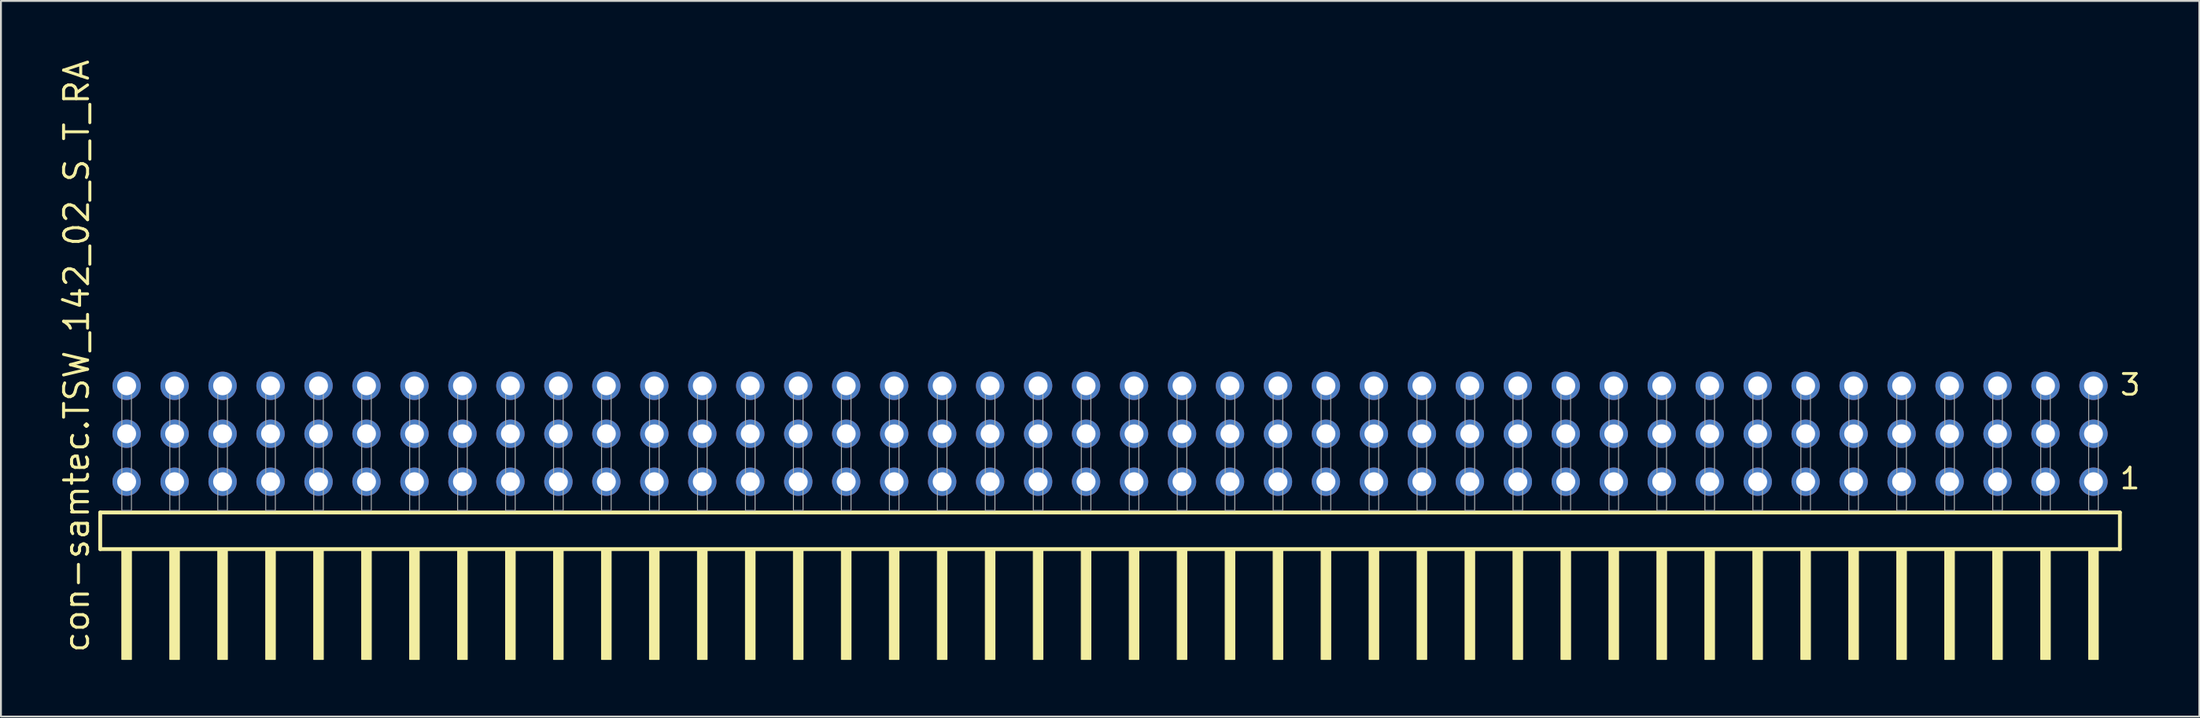
<source format=kicad_pcb>
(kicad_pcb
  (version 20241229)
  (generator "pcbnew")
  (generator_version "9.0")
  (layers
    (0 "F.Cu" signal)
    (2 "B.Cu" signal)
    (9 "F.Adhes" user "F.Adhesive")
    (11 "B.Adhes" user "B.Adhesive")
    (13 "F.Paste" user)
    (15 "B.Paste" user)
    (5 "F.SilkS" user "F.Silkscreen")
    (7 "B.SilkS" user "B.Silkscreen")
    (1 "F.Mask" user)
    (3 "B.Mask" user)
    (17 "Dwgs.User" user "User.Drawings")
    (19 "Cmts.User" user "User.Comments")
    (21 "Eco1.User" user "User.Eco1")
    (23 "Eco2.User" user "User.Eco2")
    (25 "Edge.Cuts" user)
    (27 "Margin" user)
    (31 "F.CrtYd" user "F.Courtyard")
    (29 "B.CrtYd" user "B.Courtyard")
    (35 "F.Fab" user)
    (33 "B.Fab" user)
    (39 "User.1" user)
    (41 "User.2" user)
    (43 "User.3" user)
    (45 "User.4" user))
  (footprint "con-samtec.TSW_142_02_S_T_RA"
    (layer "F.Cu")
    (at 55.725 23.993)
    (property "Reference" "con-samtec.TSW_142_02_S_T_RA" (at -53.975 7.62 90) (layer "F.SilkS") (effects (font (size 1.27 1.27) (thickness 0.16)) (justify left bottom)))
    (attr through_hole)
    (fp_line (start -53.469 0.106) (end -53.469 2.046) (stroke (width 0.203) (type default)) (layer "F.SilkS"))
    (fp_line (start -53.469 2.046) (end 53.469 2.046) (stroke (width 0.203) (type default)) (layer "F.SilkS"))
    (fp_line (start 53.469 0.106) (end -53.469 0.106) (stroke (width 0.203) (type default)) (layer "F.SilkS"))
    (fp_line (start 53.469 2.046) (end 53.469 0.106) (stroke (width 0.203) (type default)) (layer "F.SilkS"))
    (fp_rect (start -52.324 7.89) (end -51.816 2.04) (stroke (width 0.05) (type default)) (fill yes) (layer "F.SilkS"))
    (fp_rect (start -49.784 7.89) (end -49.276 2.04) (stroke (width 0.05) (type default)) (fill yes) (layer "F.SilkS"))
    (fp_rect (start -47.244 7.89) (end -46.736 2.04) (stroke (width 0.05) (type default)) (fill yes) (layer "F.SilkS"))
    (fp_rect (start -44.704 7.89) (end -44.196 2.04) (stroke (width 0.05) (type default)) (fill yes) (layer "F.SilkS"))
    (fp_rect (start -42.164 7.89) (end -41.656 2.04) (stroke (width 0.05) (type default)) (fill yes) (layer "F.SilkS"))
    (fp_rect (start -39.624 7.89) (end -39.116 2.04) (stroke (width 0.05) (type default)) (fill yes) (layer "F.SilkS"))
    (fp_rect (start -37.084 7.89) (end -36.576 2.04) (stroke (width 0.05) (type default)) (fill yes) (layer "F.SilkS"))
    (fp_rect (start -34.544 7.89) (end -34.036 2.04) (stroke (width 0.05) (type default)) (fill yes) (layer "F.SilkS"))
    (fp_rect (start -32.004 7.89) (end -31.496 2.04) (stroke (width 0.05) (type default)) (fill yes) (layer "F.SilkS"))
    (fp_rect (start -29.464 7.89) (end -28.956 2.04) (stroke (width 0.05) (type default)) (fill yes) (layer "F.SilkS"))
    (fp_rect (start -26.924 7.89) (end -26.416 2.04) (stroke (width 0.05) (type default)) (fill yes) (layer "F.SilkS"))
    (fp_rect (start -24.384 7.89) (end -23.876 2.04) (stroke (width 0.05) (type default)) (fill yes) (layer "F.SilkS"))
    (fp_rect (start -21.844 7.89) (end -21.336 2.04) (stroke (width 0.05) (type default)) (fill yes) (layer "F.SilkS"))
    (fp_rect (start -19.304 7.89) (end -18.796 2.04) (stroke (width 0.05) (type default)) (fill yes) (layer "F.SilkS"))
    (fp_rect (start -16.764 7.89) (end -16.256 2.04) (stroke (width 0.05) (type default)) (fill yes) (layer "F.SilkS"))
    (fp_rect (start -14.224 7.89) (end -13.716 2.04) (stroke (width 0.05) (type default)) (fill yes) (layer "F.SilkS"))
    (fp_rect (start -11.684 7.89) (end -11.176 2.04) (stroke (width 0.05) (type default)) (fill yes) (layer "F.SilkS"))
    (fp_rect (start -9.144 7.89) (end -8.636 2.04) (stroke (width 0.05) (type default)) (fill yes) (layer "F.SilkS"))
    (fp_rect (start -6.604 7.89) (end -6.096 2.04) (stroke (width 0.05) (type default)) (fill yes) (layer "F.SilkS"))
    (fp_rect (start -4.064 7.89) (end -3.556 2.04) (stroke (width 0.05) (type default)) (fill yes) (layer "F.SilkS"))
    (fp_rect (start -1.524 7.89) (end -1.016 2.04) (stroke (width 0.05) (type default)) (fill yes) (layer "F.SilkS"))
    (fp_rect (start 1.016 7.89) (end 1.524 2.04) (stroke (width 0.05) (type default)) (fill yes) (layer "F.SilkS"))
    (fp_rect (start 3.556 7.89) (end 4.064 2.04) (stroke (width 0.05) (type default)) (fill yes) (layer "F.SilkS"))
    (fp_rect (start 6.096 7.89) (end 6.604 2.04) (stroke (width 0.05) (type default)) (fill yes) (layer "F.SilkS"))
    (fp_rect (start 8.636 7.89) (end 9.144 2.04) (stroke (width 0.05) (type default)) (fill yes) (layer "F.SilkS"))
    (fp_rect (start 11.176 7.89) (end 11.684 2.04) (stroke (width 0.05) (type default)) (fill yes) (layer "F.SilkS"))
    (fp_rect (start 13.716 7.89) (end 14.224 2.04) (stroke (width 0.05) (type default)) (fill yes) (layer "F.SilkS"))
    (fp_rect (start 16.256 7.89) (end 16.764 2.04) (stroke (width 0.05) (type default)) (fill yes) (layer "F.SilkS"))
    (fp_rect (start 18.796 7.89) (end 19.304 2.04) (stroke (width 0.05) (type default)) (fill yes) (layer "F.SilkS"))
    (fp_rect (start 21.336 7.89) (end 21.844 2.04) (stroke (width 0.05) (type default)) (fill yes) (layer "F.SilkS"))
    (fp_rect (start 23.876 7.89) (end 24.384 2.04) (stroke (width 0.05) (type default)) (fill yes) (layer "F.SilkS"))
    (fp_rect (start 26.416 7.89) (end 26.924 2.04) (stroke (width 0.05) (type default)) (fill yes) (layer "F.SilkS"))
    (fp_rect (start 28.956 7.89) (end 29.464 2.04) (stroke (width 0.05) (type default)) (fill yes) (layer "F.SilkS"))
    (fp_rect (start 31.496 7.89) (end 32.004 2.04) (stroke (width 0.05) (type default)) (fill yes) (layer "F.SilkS"))
    (fp_rect (start 34.036 7.89) (end 34.544 2.04) (stroke (width 0.05) (type default)) (fill yes) (layer "F.SilkS"))
    (fp_rect (start 36.576 7.89) (end 37.084 2.04) (stroke (width 0.05) (type default)) (fill yes) (layer "F.SilkS"))
    (fp_rect (start 39.116 7.89) (end 39.624 2.04) (stroke (width 0.05) (type default)) (fill yes) (layer "F.SilkS"))
    (fp_rect (start 41.656 7.89) (end 42.164 2.04) (stroke (width 0.05) (type default)) (fill yes) (layer "F.SilkS"))
    (fp_rect (start 44.196 7.89) (end 44.704 2.04) (stroke (width 0.05) (type default)) (fill yes) (layer "F.SilkS"))
    (fp_rect (start 46.736 7.89) (end 47.244 2.04) (stroke (width 0.05) (type default)) (fill yes) (layer "F.SilkS"))
    (fp_rect (start 49.276 7.89) (end 49.784 2.04) (stroke (width 0.05) (type default)) (fill yes) (layer "F.SilkS"))
    (fp_rect (start 51.816 7.89) (end 52.324 2.04) (stroke (width 0.05) (type default)) (fill yes) (layer "F.SilkS"))
    (fp_rect (start -52.324 0) (end -51.816 -6.858) (stroke (width 0.05) (type default)) (fill no) (layer "F.Fab"))
    (fp_rect (start -49.784 0) (end -49.276 -6.858) (stroke (width 0.05) (type default)) (fill no) (layer "F.Fab"))
    (fp_rect (start -47.244 0) (end -46.736 -6.858) (stroke (width 0.05) (type default)) (fill no) (layer "F.Fab"))
    (fp_rect (start -44.704 0) (end -44.196 -6.858) (stroke (width 0.05) (type default)) (fill no) (layer "F.Fab"))
    (fp_rect (start -42.164 0) (end -41.656 -6.858) (stroke (width 0.05) (type default)) (fill no) (layer "F.Fab"))
    (fp_rect (start -39.624 0) (end -39.116 -6.858) (stroke (width 0.05) (type default)) (fill no) (layer "F.Fab"))
    (fp_rect (start -37.084 0) (end -36.576 -6.858) (stroke (width 0.05) (type default)) (fill no) (layer "F.Fab"))
    (fp_rect (start -34.544 0) (end -34.036 -6.858) (stroke (width 0.05) (type default)) (fill no) (layer "F.Fab"))
    (fp_rect (start -32.004 0) (end -31.496 -6.858) (stroke (width 0.05) (type default)) (fill no) (layer "F.Fab"))
    (fp_rect (start -29.464 0) (end -28.956 -6.858) (stroke (width 0.05) (type default)) (fill no) (layer "F.Fab"))
    (fp_rect (start -26.924 0) (end -26.416 -6.858) (stroke (width 0.05) (type default)) (fill no) (layer "F.Fab"))
    (fp_rect (start -24.384 0) (end -23.876 -6.858) (stroke (width 0.05) (type default)) (fill no) (layer "F.Fab"))
    (fp_rect (start -21.844 0) (end -21.336 -6.858) (stroke (width 0.05) (type default)) (fill no) (layer "F.Fab"))
    (fp_rect (start -19.304 0) (end -18.796 -6.858) (stroke (width 0.05) (type default)) (fill no) (layer "F.Fab"))
    (fp_rect (start -16.764 0) (end -16.256 -6.858) (stroke (width 0.05) (type default)) (fill no) (layer "F.Fab"))
    (fp_rect (start -14.224 0) (end -13.716 -6.858) (stroke (width 0.05) (type default)) (fill no) (layer "F.Fab"))
    (fp_rect (start -11.684 0) (end -11.176 -6.858) (stroke (width 0.05) (type default)) (fill no) (layer "F.Fab"))
    (fp_rect (start -9.144 0) (end -8.636 -6.858) (stroke (width 0.05) (type default)) (fill no) (layer "F.Fab"))
    (fp_rect (start -6.604 0) (end -6.096 -6.858) (stroke (width 0.05) (type default)) (fill no) (layer "F.Fab"))
    (fp_rect (start -4.064 0) (end -3.556 -6.858) (stroke (width 0.05) (type default)) (fill no) (layer "F.Fab"))
    (fp_rect (start -1.524 0) (end -1.016 -6.858) (stroke (width 0.05) (type default)) (fill no) (layer "F.Fab"))
    (fp_rect (start 1.016 0) (end 1.524 -6.858) (stroke (width 0.05) (type default)) (fill no) (layer "F.Fab"))
    (fp_rect (start 3.556 0) (end 4.064 -6.858) (stroke (width 0.05) (type default)) (fill no) (layer "F.Fab"))
    (fp_rect (start 6.096 0) (end 6.604 -6.858) (stroke (width 0.05) (type default)) (fill no) (layer "F.Fab"))
    (fp_rect (start 8.636 0) (end 9.144 -6.858) (stroke (width 0.05) (type default)) (fill no) (layer "F.Fab"))
    (fp_rect (start 11.176 0) (end 11.684 -6.858) (stroke (width 0.05) (type default)) (fill no) (layer "F.Fab"))
    (fp_rect (start 13.716 0) (end 14.224 -6.858) (stroke (width 0.05) (type default)) (fill no) (layer "F.Fab"))
    (fp_rect (start 16.256 0) (end 16.764 -6.858) (stroke (width 0.05) (type default)) (fill no) (layer "F.Fab"))
    (fp_rect (start 18.796 0) (end 19.304 -6.858) (stroke (width 0.05) (type default)) (fill no) (layer "F.Fab"))
    (fp_rect (start 21.336 0) (end 21.844 -6.858) (stroke (width 0.05) (type default)) (fill no) (layer "F.Fab"))
    (fp_rect (start 23.876 0) (end 24.384 -6.858) (stroke (width 0.05) (type default)) (fill no) (layer "F.Fab"))
    (fp_rect (start 26.416 0) (end 26.924 -6.858) (stroke (width 0.05) (type default)) (fill no) (layer "F.Fab"))
    (fp_rect (start 28.956 0) (end 29.464 -6.858) (stroke (width 0.05) (type default)) (fill no) (layer "F.Fab"))
    (fp_rect (start 31.496 0) (end 32.004 -6.858) (stroke (width 0.05) (type default)) (fill no) (layer "F.Fab"))
    (fp_rect (start 34.036 0) (end 34.544 -6.858) (stroke (width 0.05) (type default)) (fill no) (layer "F.Fab"))
    (fp_rect (start 36.576 0) (end 37.084 -6.858) (stroke (width 0.05) (type default)) (fill no) (layer "F.Fab"))
    (fp_rect (start 39.116 0) (end 39.624 -6.858) (stroke (width 0.05) (type default)) (fill no) (layer "F.Fab"))
    (fp_rect (start 41.656 0) (end 42.164 -6.858) (stroke (width 0.05) (type default)) (fill no) (layer "F.Fab"))
    (fp_rect (start 44.196 0) (end 44.704 -6.858) (stroke (width 0.05) (type default)) (fill no) (layer "F.Fab"))
    (fp_rect (start 46.736 0) (end 47.244 -6.858) (stroke (width 0.05) (type default)) (fill no) (layer "F.Fab"))
    (fp_rect (start 49.276 0) (end 49.784 -6.858) (stroke (width 0.05) (type default)) (fill no) (layer "F.Fab"))
    (fp_rect (start 51.816 0) (end 52.324 -6.858) (stroke (width 0.05) (type default)) (fill no) (layer "F.Fab"))
    (fp_text user "3" (at 53.395 -6.015 0) (layer "F.SilkS") (effects (font (size 1.1 1.1) (thickness 0.15)) (justify left bottom)))
    (fp_text user "1" (at 53.38 -1.05 0) (layer "F.SilkS") (effects (font (size 1.1 1.1) (thickness 0.15)) (justify left bottom)))
    (pad "1" thru_hole circle (at 52.07 -1.524 180) (size 1.5 1.5) (drill 1) (layers "*.Cu" "*.Mask"))
    (pad "2" thru_hole circle (at 52.07 -4.064 180) (size 1.5 1.5) (drill 1) (layers "*.Cu" "*.Mask"))
    (pad "3" thru_hole circle (at 52.07 -6.604 180) (size 1.5 1.5) (drill 1) (layers "*.Cu" "*.Mask"))
    (pad "4" thru_hole circle (at 49.53 -1.524 180) (size 1.5 1.5) (drill 1) (layers "*.Cu" "*.Mask"))
    (pad "5" thru_hole circle (at 49.53 -4.064 180) (size 1.5 1.5) (drill 1) (layers "*.Cu" "*.Mask"))
    (pad "6" thru_hole circle (at 49.53 -6.604 180) (size 1.5 1.5) (drill 1) (layers "*.Cu" "*.Mask"))
    (pad "7" thru_hole circle (at 46.99 -1.524 180) (size 1.5 1.5) (drill 1) (layers "*.Cu" "*.Mask"))
    (pad "8" thru_hole circle (at 46.99 -4.064 180) (size 1.5 1.5) (drill 1) (layers "*.Cu" "*.Mask"))
    (pad "9" thru_hole circle (at 46.99 -6.604 180) (size 1.5 1.5) (drill 1) (layers "*.Cu" "*.Mask"))
    (pad "10" thru_hole circle (at 44.45 -1.524 180) (size 1.5 1.5) (drill 1) (layers "*.Cu" "*.Mask"))
    (pad "11" thru_hole circle (at 44.45 -4.064 180) (size 1.5 1.5) (drill 1) (layers "*.Cu" "*.Mask"))
    (pad "12" thru_hole circle (at 44.45 -6.604 180) (size 1.5 1.5) (drill 1) (layers "*.Cu" "*.Mask"))
    (pad "13" thru_hole circle (at 41.91 -1.524 180) (size 1.5 1.5) (drill 1) (layers "*.Cu" "*.Mask"))
    (pad "14" thru_hole circle (at 41.91 -4.064 180) (size 1.5 1.5) (drill 1) (layers "*.Cu" "*.Mask"))
    (pad "15" thru_hole circle (at 41.91 -6.604 180) (size 1.5 1.5) (drill 1) (layers "*.Cu" "*.Mask"))
    (pad "16" thru_hole circle (at 39.37 -1.524 180) (size 1.5 1.5) (drill 1) (layers "*.Cu" "*.Mask"))
    (pad "17" thru_hole circle (at 39.37 -4.064 180) (size 1.5 1.5) (drill 1) (layers "*.Cu" "*.Mask"))
    (pad "18" thru_hole circle (at 39.37 -6.604 180) (size 1.5 1.5) (drill 1) (layers "*.Cu" "*.Mask"))
    (pad "19" thru_hole circle (at 36.83 -1.524 180) (size 1.5 1.5) (drill 1) (layers "*.Cu" "*.Mask"))
    (pad "20" thru_hole circle (at 36.83 -4.064 180) (size 1.5 1.5) (drill 1) (layers "*.Cu" "*.Mask"))
    (pad "21" thru_hole circle (at 36.83 -6.604 180) (size 1.5 1.5) (drill 1) (layers "*.Cu" "*.Mask"))
    (pad "22" thru_hole circle (at 34.29 -1.524 180) (size 1.5 1.5) (drill 1) (layers "*.Cu" "*.Mask"))
    (pad "23" thru_hole circle (at 34.29 -4.064 180) (size 1.5 1.5) (drill 1) (layers "*.Cu" "*.Mask"))
    (pad "24" thru_hole circle (at 34.29 -6.604 180) (size 1.5 1.5) (drill 1) (layers "*.Cu" "*.Mask"))
    (pad "25" thru_hole circle (at 31.75 -1.524 180) (size 1.5 1.5) (drill 1) (layers "*.Cu" "*.Mask"))
    (pad "26" thru_hole circle (at 31.75 -4.064 180) (size 1.5 1.5) (drill 1) (layers "*.Cu" "*.Mask"))
    (pad "27" thru_hole circle (at 31.75 -6.604 180) (size 1.5 1.5) (drill 1) (layers "*.Cu" "*.Mask"))
    (pad "28" thru_hole circle (at 29.21 -1.524 180) (size 1.5 1.5) (drill 1) (layers "*.Cu" "*.Mask"))
    (pad "29" thru_hole circle (at 29.21 -4.064 180) (size 1.5 1.5) (drill 1) (layers "*.Cu" "*.Mask"))
    (pad "30" thru_hole circle (at 29.21 -6.604 180) (size 1.5 1.5) (drill 1) (layers "*.Cu" "*.Mask"))
    (pad "31" thru_hole circle (at 26.67 -1.524 180) (size 1.5 1.5) (drill 1) (layers "*.Cu" "*.Mask"))
    (pad "32" thru_hole circle (at 26.67 -4.064 180) (size 1.5 1.5) (drill 1) (layers "*.Cu" "*.Mask"))
    (pad "33" thru_hole circle (at 26.67 -6.604 180) (size 1.5 1.5) (drill 1) (layers "*.Cu" "*.Mask"))
    (pad "34" thru_hole circle (at 24.13 -1.524 180) (size 1.5 1.5) (drill 1) (layers "*.Cu" "*.Mask"))
    (pad "35" thru_hole circle (at 24.13 -4.064 180) (size 1.5 1.5) (drill 1) (layers "*.Cu" "*.Mask"))
    (pad "36" thru_hole circle (at 24.13 -6.604 180) (size 1.5 1.5) (drill 1) (layers "*.Cu" "*.Mask"))
    (pad "37" thru_hole circle (at 21.59 -1.524 180) (size 1.5 1.5) (drill 1) (layers "*.Cu" "*.Mask"))
    (pad "38" thru_hole circle (at 21.59 -4.064 180) (size 1.5 1.5) (drill 1) (layers "*.Cu" "*.Mask"))
    (pad "39" thru_hole circle (at 21.59 -6.604 180) (size 1.5 1.5) (drill 1) (layers "*.Cu" "*.Mask"))
    (pad "40" thru_hole circle (at 19.05 -1.524 180) (size 1.5 1.5) (drill 1) (layers "*.Cu" "*.Mask"))
    (pad "41" thru_hole circle (at 19.05 -4.064 180) (size 1.5 1.5) (drill 1) (layers "*.Cu" "*.Mask"))
    (pad "42" thru_hole circle (at 19.05 -6.604 180) (size 1.5 1.5) (drill 1) (layers "*.Cu" "*.Mask"))
    (pad "43" thru_hole circle (at 16.51 -1.524 180) (size 1.5 1.5) (drill 1) (layers "*.Cu" "*.Mask"))
    (pad "44" thru_hole circle (at 16.51 -4.064 180) (size 1.5 1.5) (drill 1) (layers "*.Cu" "*.Mask"))
    (pad "45" thru_hole circle (at 16.51 -6.604 180) (size 1.5 1.5) (drill 1) (layers "*.Cu" "*.Mask"))
    (pad "46" thru_hole circle (at 13.97 -1.524 180) (size 1.5 1.5) (drill 1) (layers "*.Cu" "*.Mask"))
    (pad "47" thru_hole circle (at 13.97 -4.064 180) (size 1.5 1.5) (drill 1) (layers "*.Cu" "*.Mask"))
    (pad "48" thru_hole circle (at 13.97 -6.604 180) (size 1.5 1.5) (drill 1) (layers "*.Cu" "*.Mask"))
    (pad "49" thru_hole circle (at 11.43 -1.524 180) (size 1.5 1.5) (drill 1) (layers "*.Cu" "*.Mask"))
    (pad "50" thru_hole circle (at 11.43 -4.064 180) (size 1.5 1.5) (drill 1) (layers "*.Cu" "*.Mask"))
    (pad "51" thru_hole circle (at 11.43 -6.604 180) (size 1.5 1.5) (drill 1) (layers "*.Cu" "*.Mask"))
    (pad "52" thru_hole circle (at 8.89 -1.524 180) (size 1.5 1.5) (drill 1) (layers "*.Cu" "*.Mask"))
    (pad "53" thru_hole circle (at 8.89 -4.064 180) (size 1.5 1.5) (drill 1) (layers "*.Cu" "*.Mask"))
    (pad "54" thru_hole circle (at 8.89 -6.604 180) (size 1.5 1.5) (drill 1) (layers "*.Cu" "*.Mask"))
    (pad "55" thru_hole circle (at 6.35 -1.524 180) (size 1.5 1.5) (drill 1) (layers "*.Cu" "*.Mask"))
    (pad "56" thru_hole circle (at 6.35 -4.064 180) (size 1.5 1.5) (drill 1) (layers "*.Cu" "*.Mask"))
    (pad "57" thru_hole circle (at 6.35 -6.604 180) (size 1.5 1.5) (drill 1) (layers "*.Cu" "*.Mask"))
    (pad "58" thru_hole circle (at 3.81 -1.524 180) (size 1.5 1.5) (drill 1) (layers "*.Cu" "*.Mask"))
    (pad "59" thru_hole circle (at 3.81 -4.064 180) (size 1.5 1.5) (drill 1) (layers "*.Cu" "*.Mask"))
    (pad "60" thru_hole circle (at 3.81 -6.604 180) (size 1.5 1.5) (drill 1) (layers "*.Cu" "*.Mask"))
    (pad "61" thru_hole circle (at 1.27 -1.524 180) (size 1.5 1.5) (drill 1) (layers "*.Cu" "*.Mask"))
    (pad "62" thru_hole circle (at 1.27 -4.064 180) (size 1.5 1.5) (drill 1) (layers "*.Cu" "*.Mask"))
    (pad "63" thru_hole circle (at 1.27 -6.604 180) (size 1.5 1.5) (drill 1) (layers "*.Cu" "*.Mask"))
    (pad "64" thru_hole circle (at -1.27 -1.524 180) (size 1.5 1.5) (drill 1) (layers "*.Cu" "*.Mask"))
    (pad "65" thru_hole circle (at -1.27 -4.064 180) (size 1.5 1.5) (drill 1) (layers "*.Cu" "*.Mask"))
    (pad "66" thru_hole circle (at -1.27 -6.604 180) (size 1.5 1.5) (drill 1) (layers "*.Cu" "*.Mask"))
    (pad "67" thru_hole circle (at -3.81 -1.524 180) (size 1.5 1.5) (drill 1) (layers "*.Cu" "*.Mask"))
    (pad "68" thru_hole circle (at -3.81 -4.064 180) (size 1.5 1.5) (drill 1) (layers "*.Cu" "*.Mask"))
    (pad "69" thru_hole circle (at -3.81 -6.604 180) (size 1.5 1.5) (drill 1) (layers "*.Cu" "*.Mask"))
    (pad "70" thru_hole circle (at -6.35 -1.524 180) (size 1.5 1.5) (drill 1) (layers "*.Cu" "*.Mask"))
    (pad "71" thru_hole circle (at -6.35 -4.064 180) (size 1.5 1.5) (drill 1) (layers "*.Cu" "*.Mask"))
    (pad "72" thru_hole circle (at -6.35 -6.604 180) (size 1.5 1.5) (drill 1) (layers "*.Cu" "*.Mask"))
    (pad "73" thru_hole circle (at -8.89 -1.524 180) (size 1.5 1.5) (drill 1) (layers "*.Cu" "*.Mask"))
    (pad "74" thru_hole circle (at -8.89 -4.064 180) (size 1.5 1.5) (drill 1) (layers "*.Cu" "*.Mask"))
    (pad "75" thru_hole circle (at -8.89 -6.604 180) (size 1.5 1.5) (drill 1) (layers "*.Cu" "*.Mask"))
    (pad "76" thru_hole circle (at -11.43 -1.524 180) (size 1.5 1.5) (drill 1) (layers "*.Cu" "*.Mask"))
    (pad "77" thru_hole circle (at -11.43 -4.064 180) (size 1.5 1.5) (drill 1) (layers "*.Cu" "*.Mask"))
    (pad "78" thru_hole circle (at -11.43 -6.604 180) (size 1.5 1.5) (drill 1) (layers "*.Cu" "*.Mask"))
    (pad "79" thru_hole circle (at -13.97 -1.524 180) (size 1.5 1.5) (drill 1) (layers "*.Cu" "*.Mask"))
    (pad "80" thru_hole circle (at -13.97 -4.064 180) (size 1.5 1.5) (drill 1) (layers "*.Cu" "*.Mask"))
    (pad "81" thru_hole circle (at -13.97 -6.604 180) (size 1.5 1.5) (drill 1) (layers "*.Cu" "*.Mask"))
    (pad "82" thru_hole circle (at -16.51 -1.524 180) (size 1.5 1.5) (drill 1) (layers "*.Cu" "*.Mask"))
    (pad "83" thru_hole circle (at -16.51 -4.064 180) (size 1.5 1.5) (drill 1) (layers "*.Cu" "*.Mask"))
    (pad "84" thru_hole circle (at -16.51 -6.604 180) (size 1.5 1.5) (drill 1) (layers "*.Cu" "*.Mask"))
    (pad "85" thru_hole circle (at -19.05 -1.524 180) (size 1.5 1.5) (drill 1) (layers "*.Cu" "*.Mask"))
    (pad "86" thru_hole circle (at -19.05 -4.064 180) (size 1.5 1.5) (drill 1) (layers "*.Cu" "*.Mask"))
    (pad "87" thru_hole circle (at -19.05 -6.604 180) (size 1.5 1.5) (drill 1) (layers "*.Cu" "*.Mask"))
    (pad "88" thru_hole circle (at -21.59 -1.524 180) (size 1.5 1.5) (drill 1) (layers "*.Cu" "*.Mask"))
    (pad "89" thru_hole circle (at -21.59 -4.064 180) (size 1.5 1.5) (drill 1) (layers "*.Cu" "*.Mask"))
    (pad "90" thru_hole circle (at -21.59 -6.604 180) (size 1.5 1.5) (drill 1) (layers "*.Cu" "*.Mask"))
    (pad "91" thru_hole circle (at -24.13 -1.524 180) (size 1.5 1.5) (drill 1) (layers "*.Cu" "*.Mask"))
    (pad "92" thru_hole circle (at -24.13 -4.064 180) (size 1.5 1.5) (drill 1) (layers "*.Cu" "*.Mask"))
    (pad "93" thru_hole circle (at -24.13 -6.604 180) (size 1.5 1.5) (drill 1) (layers "*.Cu" "*.Mask"))
    (pad "94" thru_hole circle (at -26.67 -1.524 180) (size 1.5 1.5) (drill 1) (layers "*.Cu" "*.Mask"))
    (pad "95" thru_hole circle (at -26.67 -4.064 180) (size 1.5 1.5) (drill 1) (layers "*.Cu" "*.Mask"))
    (pad "96" thru_hole circle (at -26.67 -6.604 180) (size 1.5 1.5) (drill 1) (layers "*.Cu" "*.Mask"))
    (pad "97" thru_hole circle (at -29.21 -1.524 180) (size 1.5 1.5) (drill 1) (layers "*.Cu" "*.Mask"))
    (pad "98" thru_hole circle (at -29.21 -4.064 180) (size 1.5 1.5) (drill 1) (layers "*.Cu" "*.Mask"))
    (pad "99" thru_hole circle (at -29.21 -6.604 180) (size 1.5 1.5) (drill 1) (layers "*.Cu" "*.Mask"))
    (pad "100" thru_hole circle (at -31.75 -1.524 180) (size 1.5 1.5) (drill 1) (layers "*.Cu" "*.Mask"))
    (pad "101" thru_hole circle (at -31.75 -4.064 180) (size 1.5 1.5) (drill 1) (layers "*.Cu" "*.Mask"))
    (pad "102" thru_hole circle (at -31.75 -6.604 180) (size 1.5 1.5) (drill 1) (layers "*.Cu" "*.Mask"))
    (pad "103" thru_hole circle (at -34.29 -1.524 180) (size 1.5 1.5) (drill 1) (layers "*.Cu" "*.Mask"))
    (pad "104" thru_hole circle (at -34.29 -4.064 180) (size 1.5 1.5) (drill 1) (layers "*.Cu" "*.Mask"))
    (pad "105" thru_hole circle (at -34.29 -6.604 180) (size 1.5 1.5) (drill 1) (layers "*.Cu" "*.Mask"))
    (pad "106" thru_hole circle (at -36.83 -1.524 180) (size 1.5 1.5) (drill 1) (layers "*.Cu" "*.Mask"))
    (pad "107" thru_hole circle (at -36.83 -4.064 180) (size 1.5 1.5) (drill 1) (layers "*.Cu" "*.Mask"))
    (pad "108" thru_hole circle (at -36.83 -6.604 180) (size 1.5 1.5) (drill 1) (layers "*.Cu" "*.Mask"))
    (pad "109" thru_hole circle (at -39.37 -1.524 180) (size 1.5 1.5) (drill 1) (layers "*.Cu" "*.Mask"))
    (pad "110" thru_hole circle (at -39.37 -4.064 180) (size 1.5 1.5) (drill 1) (layers "*.Cu" "*.Mask"))
    (pad "111" thru_hole circle (at -39.37 -6.604 180) (size 1.5 1.5) (drill 1) (layers "*.Cu" "*.Mask"))
    (pad "112" thru_hole circle (at -41.91 -1.524 180) (size 1.5 1.5) (drill 1) (layers "*.Cu" "*.Mask"))
    (pad "113" thru_hole circle (at -41.91 -4.064 180) (size 1.5 1.5) (drill 1) (layers "*.Cu" "*.Mask"))
    (pad "114" thru_hole circle (at -41.91 -6.604 180) (size 1.5 1.5) (drill 1) (layers "*.Cu" "*.Mask"))
    (pad "115" thru_hole circle (at -44.45 -1.524 180) (size 1.5 1.5) (drill 1) (layers "*.Cu" "*.Mask"))
    (pad "116" thru_hole circle (at -44.45 -4.064 180) (size 1.5 1.5) (drill 1) (layers "*.Cu" "*.Mask"))
    (pad "117" thru_hole circle (at -44.45 -6.604 180) (size 1.5 1.5) (drill 1) (layers "*.Cu" "*.Mask"))
    (pad "118" thru_hole circle (at -46.99 -1.524 180) (size 1.5 1.5) (drill 1) (layers "*.Cu" "*.Mask"))
    (pad "119" thru_hole circle (at -46.99 -4.064 180) (size 1.5 1.5) (drill 1) (layers "*.Cu" "*.Mask"))
    (pad "120" thru_hole circle (at -46.99 -6.604 180) (size 1.5 1.5) (drill 1) (layers "*.Cu" "*.Mask"))
    (pad "121" thru_hole circle (at -49.53 -1.524 180) (size 1.5 1.5) (drill 1) (layers "*.Cu" "*.Mask"))
    (pad "122" thru_hole circle (at -49.53 -4.064 180) (size 1.5 1.5) (drill 1) (layers "*.Cu" "*.Mask"))
    (pad "123" thru_hole circle (at -49.53 -6.604 180) (size 1.5 1.5) (drill 1) (layers "*.Cu" "*.Mask"))
    (pad "124" thru_hole circle (at -52.07 -1.524 180) (size 1.5 1.5) (drill 1) (layers "*.Cu" "*.Mask"))
    (pad "125" thru_hole circle (at -52.07 -4.064 180) (size 1.5 1.5) (drill 1) (layers "*.Cu" "*.Mask"))
    (pad "126" thru_hole circle (at -52.07 -6.604 180) (size 1.5 1.5) (drill 1) (layers "*.Cu" "*.Mask")))
  (gr_rect
    (start -3 -3)
    (end 113.398 34.908)
    (stroke (width 0.1) (type default))
    (fill no)
    (layer "Edge.Cuts")))
</source>
